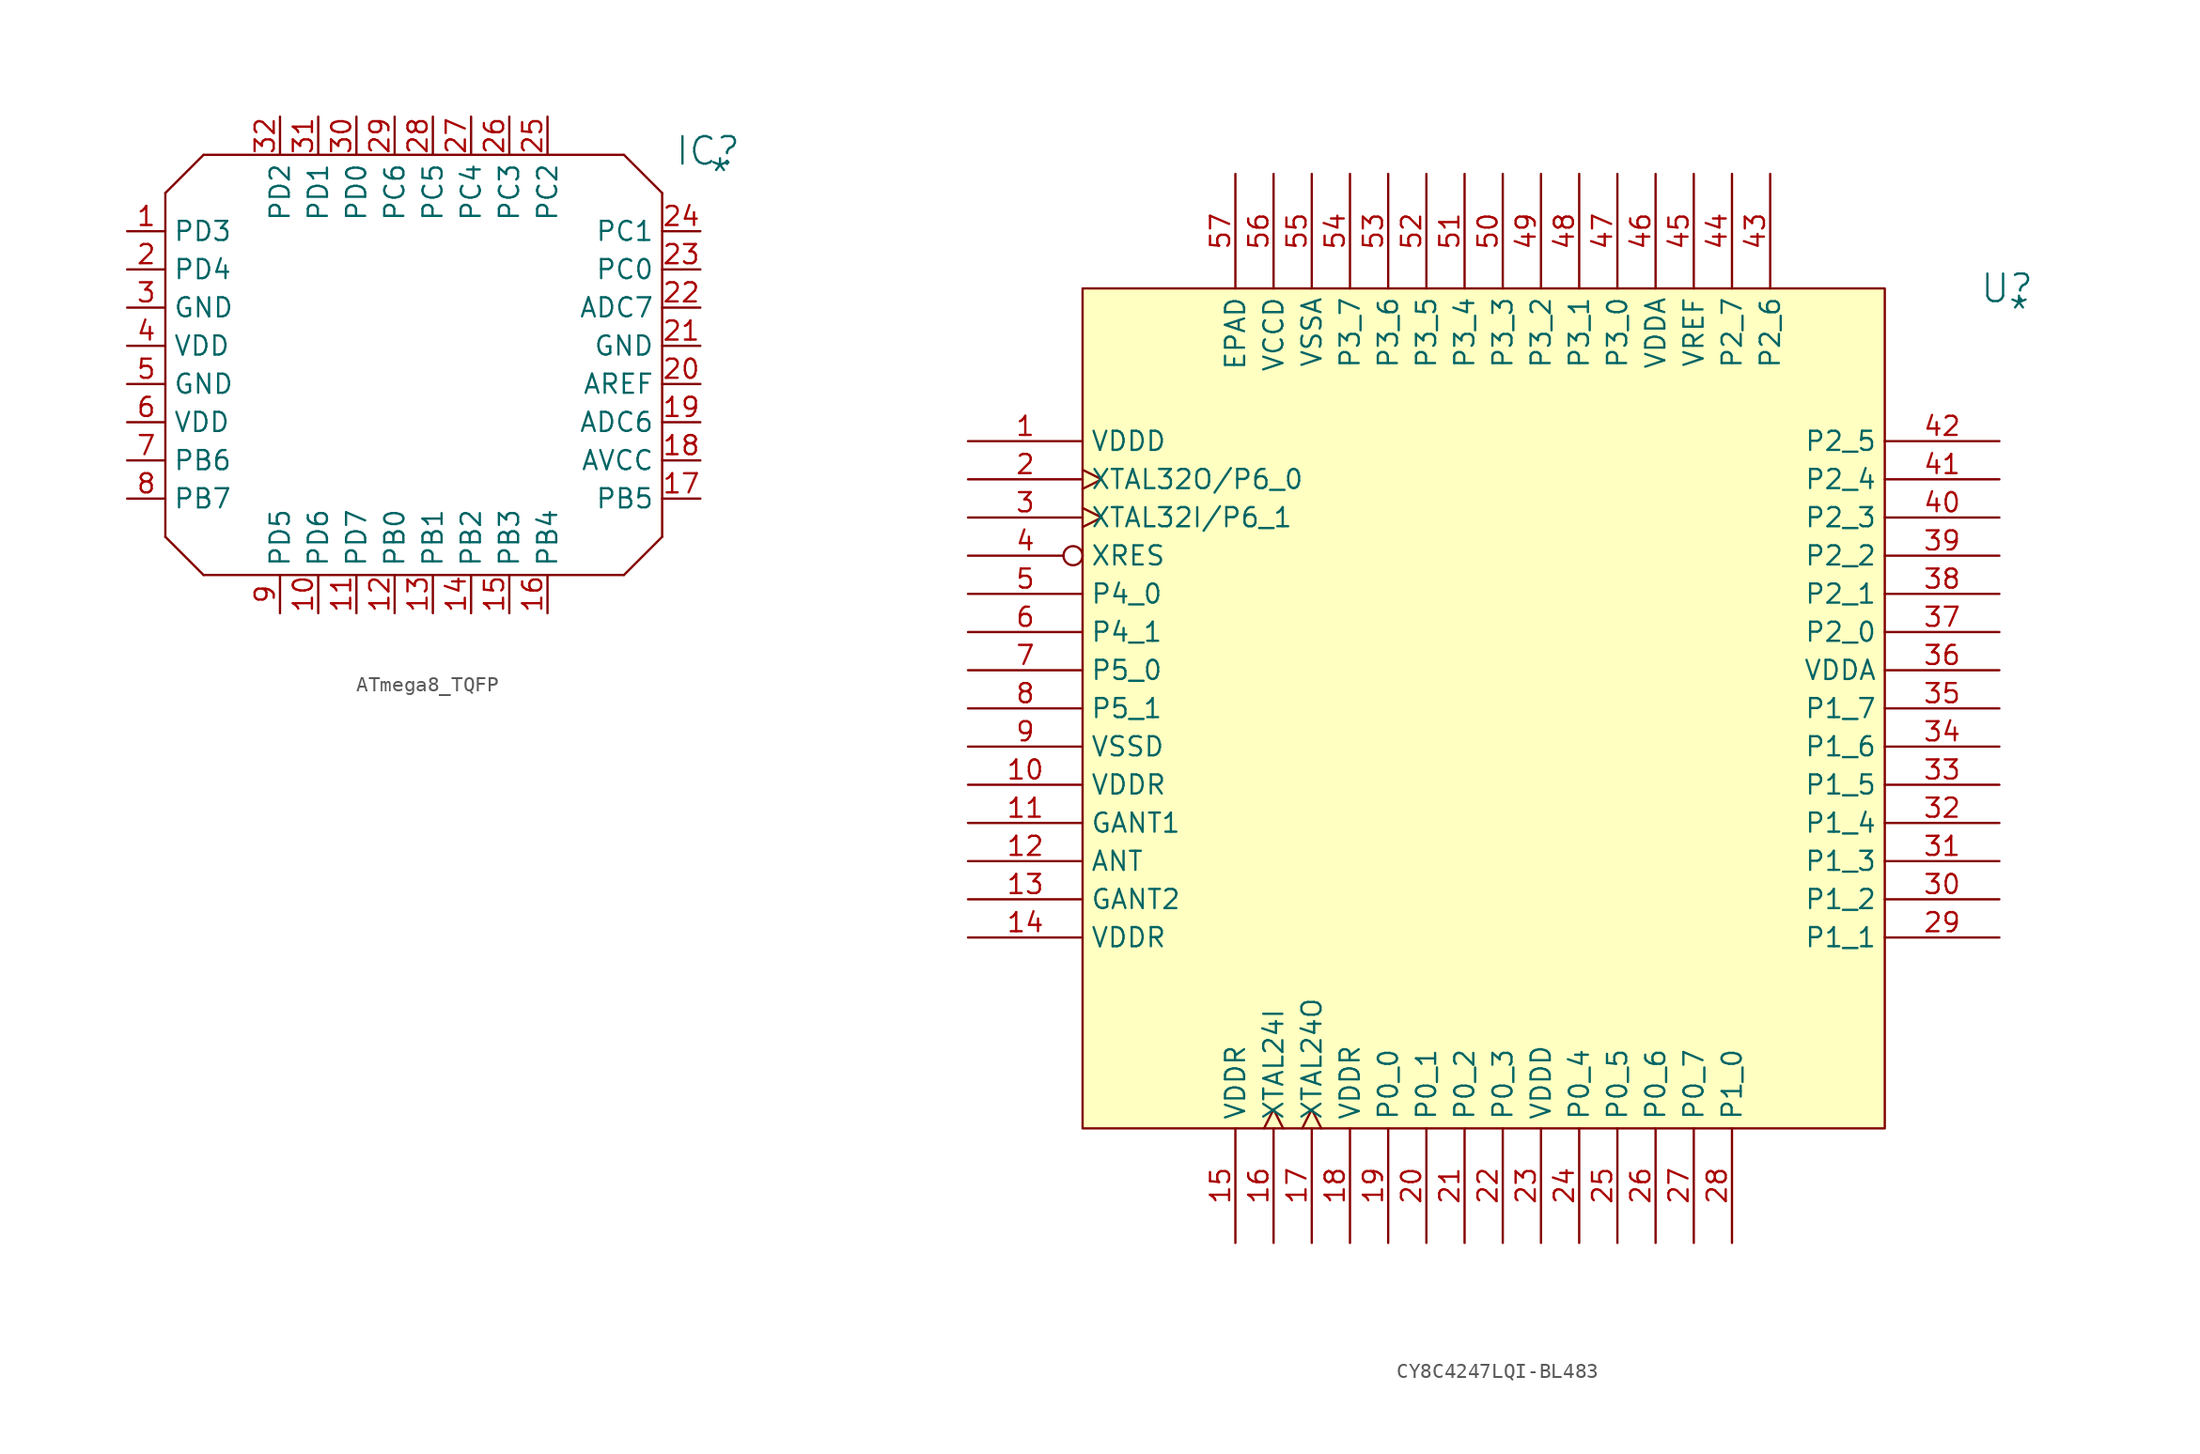
<source format=kicad_sym>
(kicad_symbol_lib
  (version 20241209)
  (generator "kicad_symbol_editor")
  (generator_version "9.0")
  (symbol "ATmega8_TQFP"
    (property "Reference" "IC"
      (at 36.068 0.254 0)
      (effects (font (size 1.829 1.829))))
    (property "Value" "*"
      (at 36.068 -2.286 0)
      (effects (font (size 1.829 1.829)) (justify left bottom)))
    (symbol "ATmega8_TQFP_1_0"
      (polyline (pts (xy 0 -2.54) (xy 2.54 0)) (stroke (width 0) (type solid)) (fill (type none)))
      (polyline (pts (xy 0 -25.4) (xy 0 -2.54)) (stroke (width 0) (type solid)) (fill (type none)))
      (polyline (pts (xy 2.54 0) (xy 30.48 0)) (stroke (width 0) (type solid)) (fill (type none)))
      (polyline (pts (xy 2.54 -27.94) (xy 0 -25.4)) (stroke (width 0) (type solid)) (fill (type none)))
      (polyline (pts (xy 30.48 0) (xy 33.02 -2.54)) (stroke (width 0) (type solid)) (fill (type none)))
      (polyline (pts (xy 30.48 -27.94) (xy 2.54 -27.94)) (stroke (width 0) (type solid)) (fill (type none)))
      (polyline (pts (xy 33.02 -2.54) (xy 33.02 -25.4)) (stroke (width 0) (type solid)) (fill (type none)))
      (polyline (pts (xy 33.02 -25.4) (xy 30.48 -27.94)) (stroke (width 0) (type solid)) (fill (type none)))
      (pin passive line (at -2.54 -5.08 0) (length 2.54) (name "PD3" (effects (font (size 1.27 1.27)))) (number "1" (effects (font (size 1.27 1.27)))))
      (pin passive line (at -2.54 -7.62 0) (length 2.54) (name "PD4" (effects (font (size 1.27 1.27)))) (number "2" (effects (font (size 1.27 1.27)))))
      (pin passive line (at -2.54 -10.16 0) (length 2.54) (name "GND" (effects (font (size 1.27 1.27)))) (number "3" (effects (font (size 1.27 1.27)))))
      (pin passive line (at -2.54 -12.7 0) (length 2.54) (name "VDD" (effects (font (size 1.27 1.27)))) (number "4" (effects (font (size 1.27 1.27)))))
      (pin passive line (at -2.54 -15.24 0) (length 2.54) (name "GND" (effects (font (size 1.27 1.27)))) (number "5" (effects (font (size 1.27 1.27)))))
      (pin passive line (at -2.54 -17.78 0) (length 2.54) (name "VDD" (effects (font (size 1.27 1.27)))) (number "6" (effects (font (size 1.27 1.27)))))
      (pin passive line (at -2.54 -20.32 0) (length 2.54) (name "PB6" (effects (font (size 1.27 1.27)))) (number "7" (effects (font (size 1.27 1.27)))))
      (pin passive line (at -2.54 -22.86 0) (length 2.54) (name "PB7" (effects (font (size 1.27 1.27)))) (number "8" (effects (font (size 1.27 1.27)))))
      (pin passive line (at 7.62 2.54 270) (length 2.54) (name "PD2" (effects (font (size 1.27 1.27)))) (number "32" (effects (font (size 1.27 1.27)))))
      (pin passive line (at 7.62 -30.48 90) (length 2.54) (name "PD5" (effects (font (size 1.27 1.27)))) (number "9" (effects (font (size 1.27 1.27)))))
      (pin passive line (at 10.16 2.54 270) (length 2.54) (name "PD1" (effects (font (size 1.27 1.27)))) (number "31" (effects (font (size 1.27 1.27)))))
      (pin passive line (at 10.16 -30.48 90) (length 2.54) (name "PD6" (effects (font (size 1.27 1.27)))) (number "10" (effects (font (size 1.27 1.27)))))
      (pin passive line (at 12.7 2.54 270) (length 2.54) (name "PD0" (effects (font (size 1.27 1.27)))) (number "30" (effects (font (size 1.27 1.27)))))
      (pin passive line (at 12.7 -30.48 90) (length 2.54) (name "PD7" (effects (font (size 1.27 1.27)))) (number "11" (effects (font (size 1.27 1.27)))))
      (pin passive line (at 15.24 2.54 270) (length 2.54) (name "PC6" (effects (font (size 1.27 1.27)))) (number "29" (effects (font (size 1.27 1.27)))))
      (pin passive line (at 15.24 -30.48 90) (length 2.54) (name "PB0" (effects (font (size 1.27 1.27)))) (number "12" (effects (font (size 1.27 1.27)))))
      (pin passive line (at 17.78 2.54 270) (length 2.54) (name "PC5" (effects (font (size 1.27 1.27)))) (number "28" (effects (font (size 1.27 1.27)))))
      (pin passive line (at 17.78 -30.48 90) (length 2.54) (name "PB1" (effects (font (size 1.27 1.27)))) (number "13" (effects (font (size 1.27 1.27)))))
      (pin passive line (at 20.32 2.54 270) (length 2.54) (name "PC4" (effects (font (size 1.27 1.27)))) (number "27" (effects (font (size 1.27 1.27)))))
      (pin passive line (at 20.32 -30.48 90) (length 2.54) (name "PB2" (effects (font (size 1.27 1.27)))) (number "14" (effects (font (size 1.27 1.27)))))
      (pin passive line (at 22.86 2.54 270) (length 2.54) (name "PC3" (effects (font (size 1.27 1.27)))) (number "26" (effects (font (size 1.27 1.27)))))
      (pin passive line (at 22.86 -30.48 90) (length 2.54) (name "PB3" (effects (font (size 1.27 1.27)))) (number "15" (effects (font (size 1.27 1.27)))))
      (pin passive line (at 25.4 2.54 270) (length 2.54) (name "PC2" (effects (font (size 1.27 1.27)))) (number "25" (effects (font (size 1.27 1.27)))))
      (pin passive line (at 25.4 -30.48 90) (length 2.54) (name "PB4" (effects (font (size 1.27 1.27)))) (number "16" (effects (font (size 1.27 1.27)))))
      (pin passive line (at 35.56 -5.08 180) (length 2.54) (name "PC1" (effects (font (size 1.27 1.27)))) (number "24" (effects (font (size 1.27 1.27)))))
      (pin passive line (at 35.56 -7.62 180) (length 2.54) (name "PC0" (effects (font (size 1.27 1.27)))) (number "23" (effects (font (size 1.27 1.27)))))
      (pin passive line (at 35.56 -10.16 180) (length 2.54) (name "ADC7" (effects (font (size 1.27 1.27)))) (number "22" (effects (font (size 1.27 1.27)))))
      (pin passive line (at 35.56 -12.7 180) (length 2.54) (name "GND" (effects (font (size 1.27 1.27)))) (number "21" (effects (font (size 1.27 1.27)))))
      (pin passive line (at 35.56 -15.24 180) (length 2.54) (name "AREF" (effects (font (size 1.27 1.27)))) (number "20" (effects (font (size 1.27 1.27)))))
      (pin passive line (at 35.56 -17.78 180) (length 2.54) (name "ADC6" (effects (font (size 1.27 1.27)))) (number "19" (effects (font (size 1.27 1.27)))))
      (pin passive line (at 35.56 -20.32 180) (length 2.54) (name "AVCC" (effects (font (size 1.27 1.27)))) (number "18" (effects (font (size 1.27 1.27)))))
      (pin passive line (at 35.56 -22.86 180) (length 2.54) (name "PB5" (effects (font (size 1.27 1.27)))) (number "17" (effects (font (size 1.27 1.27)))))))
  (symbol "CY8C4247LQI-BL483"
    (property "Reference" "U"
      (at 61.468 0 0)
      (effects (font (size 1.829 1.829))))
    (property "Value" "*"
      (at 61.468 -2.54 0)
      (effects (font (size 1.829 1.829)) (justify left bottom)))
    (symbol "CY8C4247LQI-BL483_1_0"
      (rectangle (start 53.34 0) (end 0 -55.88) (stroke (width 0) (type solid) (color 128 0 0 1)) (fill (type background)))
      (pin power_in line (at -7.62 -10.16 0) (length 7.62) (name "VDDD" (effects (font (size 1.27 1.27)))) (number "1" (effects (font (size 1.27 1.27)))))
      (pin bidirectional clock (at -7.62 -12.7 0) (length 7.62) (name "XTAL32O/P6_0" (effects (font (size 1.27 1.27)))) (number "2" (effects (font (size 1.27 1.27)))))
      (pin input clock (at -7.62 -15.24 0) (length 7.62) (name "XTAL32I/P6_1" (effects (font (size 1.27 1.27)))) (number "3" (effects (font (size 1.27 1.27)))))
      (pin input inverted (at -7.62 -17.78 0) (length 7.62) (name "XRES" (effects (font (size 1.27 1.27)))) (number "4" (effects (font (size 1.27 1.27)))))
      (pin bidirectional line (at -7.62 -20.32 0) (length 7.62) (name "P4_0" (effects (font (size 1.27 1.27)))) (number "5" (effects (font (size 1.27 1.27)))))
      (pin bidirectional line (at -7.62 -22.86 0) (length 7.62) (name "P4_1" (effects (font (size 1.27 1.27)))) (number "6" (effects (font (size 1.27 1.27)))))
      (pin bidirectional line (at -7.62 -25.4 0) (length 7.62) (name "P5_0" (effects (font (size 1.27 1.27)))) (number "7" (effects (font (size 1.27 1.27)))))
      (pin bidirectional line (at -7.62 -27.94 0) (length 7.62) (name "P5_1" (effects (font (size 1.27 1.27)))) (number "8" (effects (font (size 1.27 1.27)))))
      (pin power_in line (at -7.62 -30.48 0) (length 7.62) (name "VSSD" (effects (font (size 1.27 1.27)))) (number "9" (effects (font (size 1.27 1.27)))))
      (pin power_in line (at -7.62 -33.02 0) (length 7.62) (name "VDDR" (effects (font (size 1.27 1.27)))) (number "10" (effects (font (size 1.27 1.27)))))
      (pin power_in line (at -7.62 -35.56 0) (length 7.62) (name "GANT1" (effects (font (size 1.27 1.27)))) (number "11" (effects (font (size 1.27 1.27)))))
      (pin passive line (at -7.62 -38.1 0) (length 7.62) (name "ANT" (effects (font (size 1.27 1.27)))) (number "12" (effects (font (size 1.27 1.27)))))
      (pin power_in line (at -7.62 -40.64 0) (length 7.62) (name "GANT2" (effects (font (size 1.27 1.27)))) (number "13" (effects (font (size 1.27 1.27)))))
      (pin power_in line (at -7.62 -43.18 0) (length 7.62) (name "VDDR" (effects (font (size 1.27 1.27)))) (number "14" (effects (font (size 1.27 1.27)))))
      (pin power_in line (at 10.16 7.62 270) (length 7.62) (name "EPAD" (effects (font (size 1.27 1.27)))) (number "57" (effects (font (size 1.27 1.27)))))
      (pin power_in line (at 10.16 -63.5 90) (length 7.62) (name "VDDR" (effects (font (size 1.27 1.27)))) (number "15" (effects (font (size 1.27 1.27)))))
      (pin power_in line (at 12.7 7.62 270) (length 7.62) (name "VCCD" (effects (font (size 1.27 1.27)))) (number "56" (effects (font (size 1.27 1.27)))))
      (pin input clock (at 12.7 -63.5 90) (length 7.62) (name "XTAL24I" (effects (font (size 1.27 1.27)))) (number "16" (effects (font (size 1.27 1.27)))))
      (pin power_in line (at 15.24 7.62 270) (length 7.62) (name "VSSA" (effects (font (size 1.27 1.27)))) (number "55" (effects (font (size 1.27 1.27)))))
      (pin bidirectional clock (at 15.24 -63.5 90) (length 7.62) (name "XTAL24O" (effects (font (size 1.27 1.27)))) (number "17" (effects (font (size 1.27 1.27)))))
      (pin bidirectional line (at 17.78 7.62 270) (length 7.62) (name "P3_7" (effects (font (size 1.27 1.27)))) (number "54" (effects (font (size 1.27 1.27)))))
      (pin power_in line (at 17.78 -63.5 90) (length 7.62) (name "VDDR" (effects (font (size 1.27 1.27)))) (number "18" (effects (font (size 1.27 1.27)))))
      (pin bidirectional line (at 20.32 7.62 270) (length 7.62) (name "P3_6" (effects (font (size 1.27 1.27)))) (number "53" (effects (font (size 1.27 1.27)))))
      (pin bidirectional line (at 20.32 -63.5 90) (length 7.62) (name "P0_0" (effects (font (size 1.27 1.27)))) (number "19" (effects (font (size 1.27 1.27)))))
      (pin bidirectional line (at 22.86 7.62 270) (length 7.62) (name "P3_5" (effects (font (size 1.27 1.27)))) (number "52" (effects (font (size 1.27 1.27)))))
      (pin bidirectional line (at 22.86 -63.5 90) (length 7.62) (name "P0_1" (effects (font (size 1.27 1.27)))) (number "20" (effects (font (size 1.27 1.27)))))
      (pin bidirectional line (at 25.4 7.62 270) (length 7.62) (name "P3_4" (effects (font (size 1.27 1.27)))) (number "51" (effects (font (size 1.27 1.27)))))
      (pin bidirectional line (at 25.4 -63.5 90) (length 7.62) (name "P0_2" (effects (font (size 1.27 1.27)))) (number "21" (effects (font (size 1.27 1.27)))))
      (pin bidirectional line (at 27.94 7.62 270) (length 7.62) (name "P3_3" (effects (font (size 1.27 1.27)))) (number "50" (effects (font (size 1.27 1.27)))))
      (pin bidirectional line (at 27.94 -63.5 90) (length 7.62) (name "P0_3" (effects (font (size 1.27 1.27)))) (number "22" (effects (font (size 1.27 1.27)))))
      (pin bidirectional line (at 30.48 7.62 270) (length 7.62) (name "P3_2" (effects (font (size 1.27 1.27)))) (number "49" (effects (font (size 1.27 1.27)))))
      (pin power_in line (at 30.48 -63.5 90) (length 7.62) (name "VDDD" (effects (font (size 1.27 1.27)))) (number "23" (effects (font (size 1.27 1.27)))))
      (pin bidirectional line (at 33.02 7.62 270) (length 7.62) (name "P3_1" (effects (font (size 1.27 1.27)))) (number "48" (effects (font (size 1.27 1.27)))))
      (pin bidirectional line (at 33.02 -63.5 90) (length 7.62) (name "P0_4" (effects (font (size 1.27 1.27)))) (number "24" (effects (font (size 1.27 1.27)))))
      (pin bidirectional line (at 35.56 7.62 270) (length 7.62) (name "P3_0" (effects (font (size 1.27 1.27)))) (number "47" (effects (font (size 1.27 1.27)))))
      (pin bidirectional line (at 35.56 -63.5 90) (length 7.62) (name "P0_5" (effects (font (size 1.27 1.27)))) (number "25" (effects (font (size 1.27 1.27)))))
      (pin power_in line (at 38.1 7.62 270) (length 7.62) (name "VDDA" (effects (font (size 1.27 1.27)))) (number "46" (effects (font (size 1.27 1.27)))))
      (pin bidirectional line (at 38.1 -63.5 90) (length 7.62) (name "P0_6" (effects (font (size 1.27 1.27)))) (number "26" (effects (font (size 1.27 1.27)))))
      (pin power_in line (at 40.64 7.62 270) (length 7.62) (name "VREF" (effects (font (size 1.27 1.27)))) (number "45" (effects (font (size 1.27 1.27)))))
      (pin bidirectional line (at 40.64 -63.5 90) (length 7.62) (name "P0_7" (effects (font (size 1.27 1.27)))) (number "27" (effects (font (size 1.27 1.27)))))
      (pin bidirectional line (at 43.18 7.62 270) (length 7.62) (name "P2_7" (effects (font (size 1.27 1.27)))) (number "44" (effects (font (size 1.27 1.27)))))
      (pin bidirectional line (at 43.18 -63.5 90) (length 7.62) (name "P1_0" (effects (font (size 1.27 1.27)))) (number "28" (effects (font (size 1.27 1.27)))))
      (pin bidirectional line (at 45.72 7.62 270) (length 7.62) (name "P2_6" (effects (font (size 1.27 1.27)))) (number "43" (effects (font (size 1.27 1.27)))))
      (pin bidirectional line (at 60.96 -10.16 180) (length 7.62) (name "P2_5" (effects (font (size 1.27 1.27)))) (number "42" (effects (font (size 1.27 1.27)))))
      (pin bidirectional line (at 60.96 -12.7 180) (length 7.62) (name "P2_4" (effects (font (size 1.27 1.27)))) (number "41" (effects (font (size 1.27 1.27)))))
      (pin bidirectional line (at 60.96 -15.24 180) (length 7.62) (name "P2_3" (effects (font (size 1.27 1.27)))) (number "40" (effects (font (size 1.27 1.27)))))
      (pin bidirectional line (at 60.96 -17.78 180) (length 7.62) (name "P2_2" (effects (font (size 1.27 1.27)))) (number "39" (effects (font (size 1.27 1.27)))))
      (pin bidirectional line (at 60.96 -20.32 180) (length 7.62) (name "P2_1" (effects (font (size 1.27 1.27)))) (number "38" (effects (font (size 1.27 1.27)))))
      (pin bidirectional line (at 60.96 -22.86 180) (length 7.62) (name "P2_0" (effects (font (size 1.27 1.27)))) (number "37" (effects (font (size 1.27 1.27)))))
      (pin power_in line (at 60.96 -25.4 180) (length 7.62) (name "VDDA" (effects (font (size 1.27 1.27)))) (number "36" (effects (font (size 1.27 1.27)))))
      (pin bidirectional line (at 60.96 -27.94 180) (length 7.62) (name "P1_7" (effects (font (size 1.27 1.27)))) (number "35" (effects (font (size 1.27 1.27)))))
      (pin bidirectional line (at 60.96 -30.48 180) (length 7.62) (name "P1_6" (effects (font (size 1.27 1.27)))) (number "34" (effects (font (size 1.27 1.27)))))
      (pin bidirectional line (at 60.96 -33.02 180) (length 7.62) (name "P1_5" (effects (font (size 1.27 1.27)))) (number "33" (effects (font (size 1.27 1.27)))))
      (pin bidirectional line (at 60.96 -35.56 180) (length 7.62) (name "P1_4" (effects (font (size 1.27 1.27)))) (number "32" (effects (font (size 1.27 1.27)))))
      (pin bidirectional line (at 60.96 -38.1 180) (length 7.62) (name "P1_3" (effects (font (size 1.27 1.27)))) (number "31" (effects (font (size 1.27 1.27)))))
      (pin bidirectional line (at 60.96 -40.64 180) (length 7.62) (name "P1_2" (effects (font (size 1.27 1.27)))) (number "30" (effects (font (size 1.27 1.27)))))
      (pin bidirectional line (at 60.96 -43.18 180) (length 7.62) (name "P1_1" (effects (font (size 1.27 1.27)))) (number "29" (effects (font (size 1.27 1.27))))))))
</source>
